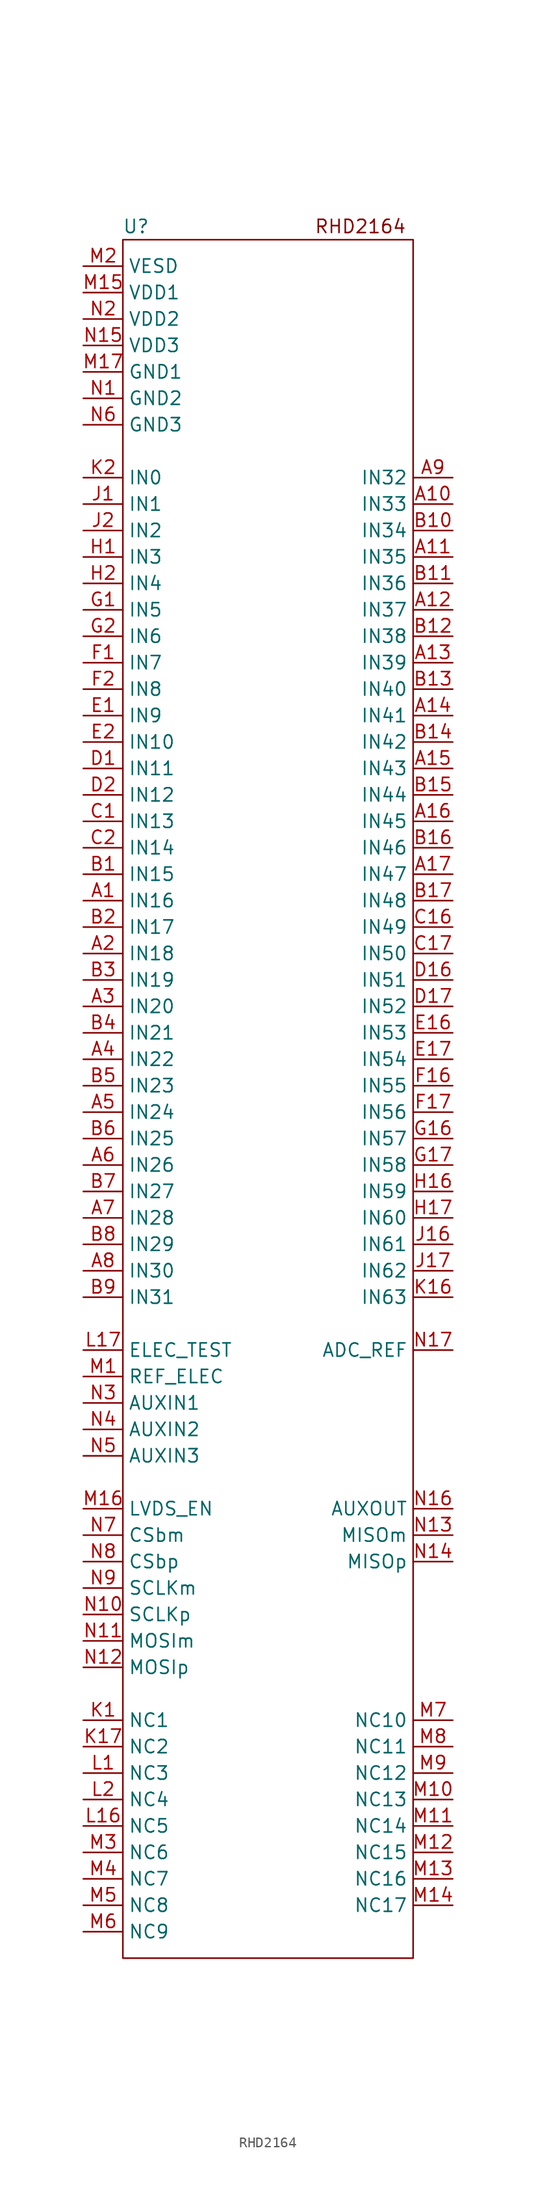
<source format=kicad_sym>
(kicad_symbol_lib
  (version 20231120)
  (generator "kicad_symbol_editor")
  (generator_version "8.0")
  (symbol "RHD2164"
    (property "Reference" "U"
      (at -12.7 82.55 0)
      (effects (font (size 1.27 1.27))))
    (property "Value" ""
      (at -17.78 58.42 0)
      (effects (font (size 1.27 1.27))))
    (symbol "RHD2164_0_1"
      (rectangle (start -13.97 81.28) (end 13.97 -83.82) (stroke (width 0) (type default)) (fill (type none))))
    (symbol "RHD2164_1_1"
      (text "RHD2164" (at 8.89 82.55 0) (effects (font (size 1.27 1.27))))
      (pin input line (at -17.78 17.78 0) (length 3.81) (name "IN16" (effects (font (size 1.27 1.27)))) (number "A1" (effects (font (size 1.27 1.27)))))
      (pin input line (at 17.78 55.88 180) (length 3.81) (name "IN33" (effects (font (size 1.27 1.27)))) (number "A10" (effects (font (size 1.27 1.27)))))
      (pin input line (at 17.78 50.8 180) (length 3.81) (name "IN35" (effects (font (size 1.27 1.27)))) (number "A11" (effects (font (size 1.27 1.27)))))
      (pin input line (at 17.78 45.72 180) (length 3.81) (name "IN37" (effects (font (size 1.27 1.27)))) (number "A12" (effects (font (size 1.27 1.27)))))
      (pin input line (at 17.78 40.64 180) (length 3.81) (name "IN39" (effects (font (size 1.27 1.27)))) (number "A13" (effects (font (size 1.27 1.27)))))
      (pin input line (at 17.78 35.56 180) (length 3.81) (name "IN41" (effects (font (size 1.27 1.27)))) (number "A14" (effects (font (size 1.27 1.27)))))
      (pin input line (at 17.78 30.48 180) (length 3.81) (name "IN43" (effects (font (size 1.27 1.27)))) (number "A15" (effects (font (size 1.27 1.27)))))
      (pin input line (at 17.78 25.4 180) (length 3.81) (name "IN45" (effects (font (size 1.27 1.27)))) (number "A16" (effects (font (size 1.27 1.27)))))
      (pin input line (at 17.78 20.32 180) (length 3.81) (name "IN47" (effects (font (size 1.27 1.27)))) (number "A17" (effects (font (size 1.27 1.27)))))
      (pin input line (at -17.78 12.7 0) (length 3.81) (name "IN18" (effects (font (size 1.27 1.27)))) (number "A2" (effects (font (size 1.27 1.27)))))
      (pin input line (at -17.78 7.62 0) (length 3.81) (name "IN20" (effects (font (size 1.27 1.27)))) (number "A3" (effects (font (size 1.27 1.27)))))
      (pin input line (at -17.78 2.54 0) (length 3.81) (name "IN22" (effects (font (size 1.27 1.27)))) (number "A4" (effects (font (size 1.27 1.27)))))
      (pin input line (at -17.78 -2.54 0) (length 3.81) (name "IN24" (effects (font (size 1.27 1.27)))) (number "A5" (effects (font (size 1.27 1.27)))))
      (pin input line (at -17.78 -7.62 0) (length 3.81) (name "IN26" (effects (font (size 1.27 1.27)))) (number "A6" (effects (font (size 1.27 1.27)))))
      (pin input line (at -17.78 -12.7 0) (length 3.81) (name "IN28" (effects (font (size 1.27 1.27)))) (number "A7" (effects (font (size 1.27 1.27)))))
      (pin input line (at -17.78 -17.78 0) (length 3.81) (name "IN30" (effects (font (size 1.27 1.27)))) (number "A8" (effects (font (size 1.27 1.27)))))
      (pin input line (at 17.78 58.42 180) (length 3.81) (name "IN32" (effects (font (size 1.27 1.27)))) (number "A9" (effects (font (size 1.27 1.27)))))
      (pin input line (at -17.78 20.32 0) (length 3.81) (name "IN15" (effects (font (size 1.27 1.27)))) (number "B1" (effects (font (size 1.27 1.27)))))
      (pin input line (at 17.78 53.34 180) (length 3.81) (name "IN34" (effects (font (size 1.27 1.27)))) (number "B10" (effects (font (size 1.27 1.27)))))
      (pin input line (at 17.78 48.26 180) (length 3.81) (name "IN36" (effects (font (size 1.27 1.27)))) (number "B11" (effects (font (size 1.27 1.27)))))
      (pin input line (at 17.78 43.18 180) (length 3.81) (name "IN38" (effects (font (size 1.27 1.27)))) (number "B12" (effects (font (size 1.27 1.27)))))
      (pin input line (at 17.78 38.1 180) (length 3.81) (name "IN40" (effects (font (size 1.27 1.27)))) (number "B13" (effects (font (size 1.27 1.27)))))
      (pin input line (at 17.78 33.02 180) (length 3.81) (name "IN42" (effects (font (size 1.27 1.27)))) (number "B14" (effects (font (size 1.27 1.27)))))
      (pin input line (at 17.78 27.94 180) (length 3.81) (name "IN44" (effects (font (size 1.27 1.27)))) (number "B15" (effects (font (size 1.27 1.27)))))
      (pin input line (at 17.78 22.86 180) (length 3.81) (name "IN46" (effects (font (size 1.27 1.27)))) (number "B16" (effects (font (size 1.27 1.27)))))
      (pin input line (at 17.78 17.78 180) (length 3.81) (name "IN48" (effects (font (size 1.27 1.27)))) (number "B17" (effects (font (size 1.27 1.27)))))
      (pin input line (at -17.78 15.24 0) (length 3.81) (name "IN17" (effects (font (size 1.27 1.27)))) (number "B2" (effects (font (size 1.27 1.27)))))
      (pin input line (at -17.78 10.16 0) (length 3.81) (name "IN19" (effects (font (size 1.27 1.27)))) (number "B3" (effects (font (size 1.27 1.27)))))
      (pin input line (at -17.78 5.08 0) (length 3.81) (name "IN21" (effects (font (size 1.27 1.27)))) (number "B4" (effects (font (size 1.27 1.27)))))
      (pin input line (at -17.78 0 0) (length 3.81) (name "IN23" (effects (font (size 1.27 1.27)))) (number "B5" (effects (font (size 1.27 1.27)))))
      (pin input line (at -17.78 -5.08 0) (length 3.81) (name "IN25" (effects (font (size 1.27 1.27)))) (number "B6" (effects (font (size 1.27 1.27)))))
      (pin input line (at -17.78 -10.16 0) (length 3.81) (name "IN27" (effects (font (size 1.27 1.27)))) (number "B7" (effects (font (size 1.27 1.27)))))
      (pin input line (at -17.78 -15.24 0) (length 3.81) (name "IN29" (effects (font (size 1.27 1.27)))) (number "B8" (effects (font (size 1.27 1.27)))))
      (pin input line (at -17.78 -20.32 0) (length 3.81) (name "IN31" (effects (font (size 1.27 1.27)))) (number "B9" (effects (font (size 1.27 1.27)))))
      (pin input line (at -17.78 25.4 0) (length 3.81) (name "IN13" (effects (font (size 1.27 1.27)))) (number "C1" (effects (font (size 1.27 1.27)))))
      (pin input line (at 17.78 15.24 180) (length 3.81) (name "IN49" (effects (font (size 1.27 1.27)))) (number "C16" (effects (font (size 1.27 1.27)))))
      (pin input line (at 17.78 12.7 180) (length 3.81) (name "IN50" (effects (font (size 1.27 1.27)))) (number "C17" (effects (font (size 1.27 1.27)))))
      (pin input line (at -17.78 22.86 0) (length 3.81) (name "IN14" (effects (font (size 1.27 1.27)))) (number "C2" (effects (font (size 1.27 1.27)))))
      (pin input line (at -17.78 30.48 0) (length 3.81) (name "IN11" (effects (font (size 1.27 1.27)))) (number "D1" (effects (font (size 1.27 1.27)))))
      (pin input line (at 17.78 10.16 180) (length 3.81) (name "IN51" (effects (font (size 1.27 1.27)))) (number "D16" (effects (font (size 1.27 1.27)))))
      (pin input line (at 17.78 7.62 180) (length 3.81) (name "IN52" (effects (font (size 1.27 1.27)))) (number "D17" (effects (font (size 1.27 1.27)))))
      (pin input line (at -17.78 27.94 0) (length 3.81) (name "IN12" (effects (font (size 1.27 1.27)))) (number "D2" (effects (font (size 1.27 1.27)))))
      (pin input line (at -17.78 35.56 0) (length 3.81) (name "IN9" (effects (font (size 1.27 1.27)))) (number "E1" (effects (font (size 1.27 1.27)))))
      (pin input line (at 17.78 5.08 180) (length 3.81) (name "IN53" (effects (font (size 1.27 1.27)))) (number "E16" (effects (font (size 1.27 1.27)))))
      (pin input line (at 17.78 2.54 180) (length 3.81) (name "IN54" (effects (font (size 1.27 1.27)))) (number "E17" (effects (font (size 1.27 1.27)))))
      (pin input line (at -17.78 33.02 0) (length 3.81) (name "IN10" (effects (font (size 1.27 1.27)))) (number "E2" (effects (font (size 1.27 1.27)))))
      (pin input line (at -17.78 40.64 0) (length 3.81) (name "IN7" (effects (font (size 1.27 1.27)))) (number "F1" (effects (font (size 1.27 1.27)))))
      (pin input line (at 17.78 0 180) (length 3.81) (name "IN55" (effects (font (size 1.27 1.27)))) (number "F16" (effects (font (size 1.27 1.27)))))
      (pin input line (at 17.78 -2.54 180) (length 3.81) (name "IN56" (effects (font (size 1.27 1.27)))) (number "F17" (effects (font (size 1.27 1.27)))))
      (pin input line (at -17.78 38.1 0) (length 3.81) (name "IN8" (effects (font (size 1.27 1.27)))) (number "F2" (effects (font (size 1.27 1.27)))))
      (pin input line (at -17.78 45.72 0) (length 3.81) (name "IN5" (effects (font (size 1.27 1.27)))) (number "G1" (effects (font (size 1.27 1.27)))))
      (pin input line (at 17.78 -5.08 180) (length 3.81) (name "IN57" (effects (font (size 1.27 1.27)))) (number "G16" (effects (font (size 1.27 1.27)))))
      (pin input line (at 17.78 -7.62 180) (length 3.81) (name "IN58" (effects (font (size 1.27 1.27)))) (number "G17" (effects (font (size 1.27 1.27)))))
      (pin input line (at -17.78 43.18 0) (length 3.81) (name "IN6" (effects (font (size 1.27 1.27)))) (number "G2" (effects (font (size 1.27 1.27)))))
      (pin input line (at -17.78 50.8 0) (length 3.81) (name "IN3" (effects (font (size 1.27 1.27)))) (number "H1" (effects (font (size 1.27 1.27)))))
      (pin input line (at 17.78 -10.16 180) (length 3.81) (name "IN59" (effects (font (size 1.27 1.27)))) (number "H16" (effects (font (size 1.27 1.27)))))
      (pin input line (at 17.78 -12.7 180) (length 3.81) (name "IN60" (effects (font (size 1.27 1.27)))) (number "H17" (effects (font (size 1.27 1.27)))))
      (pin input line (at -17.78 48.26 0) (length 3.81) (name "IN4" (effects (font (size 1.27 1.27)))) (number "H2" (effects (font (size 1.27 1.27)))))
      (pin input line (at -17.78 55.88 0) (length 3.81) (name "IN1" (effects (font (size 1.27 1.27)))) (number "J1" (effects (font (size 1.27 1.27)))))
      (pin input line (at 17.78 -15.24 180) (length 3.81) (name "IN61" (effects (font (size 1.27 1.27)))) (number "J16" (effects (font (size 1.27 1.27)))))
      (pin input line (at 17.78 -17.78 180) (length 3.81) (name "IN62" (effects (font (size 1.27 1.27)))) (number "J17" (effects (font (size 1.27 1.27)))))
      (pin input line (at -17.78 53.34 0) (length 3.81) (name "IN2" (effects (font (size 1.27 1.27)))) (number "J2" (effects (font (size 1.27 1.27)))))
      (pin passive line (at -17.78 -60.96 0) (length 3.81) (name "NC1" (effects (font (size 1.27 1.27)))) (number "K1" (effects (font (size 1.27 1.27)))))
      (pin input line (at 17.78 -20.32 180) (length 3.81) (name "IN63" (effects (font (size 1.27 1.27)))) (number "K16" (effects (font (size 1.27 1.27)))))
      (pin passive line (at -17.78 -63.5 0) (length 3.81) (name "NC2" (effects (font (size 1.27 1.27)))) (number "K17" (effects (font (size 1.27 1.27)))))
      (pin input line (at -17.78 58.42 0) (length 3.81) (name "IN0" (effects (font (size 1.27 1.27)))) (number "K2" (effects (font (size 1.27 1.27)))))
      (pin passive line (at -17.78 -66.04 0) (length 3.81) (name "NC3" (effects (font (size 1.27 1.27)))) (number "L1" (effects (font (size 1.27 1.27)))))
      (pin passive line (at -17.78 -71.12 0) (length 3.81) (name "NC5" (effects (font (size 1.27 1.27)))) (number "L16" (effects (font (size 1.27 1.27)))))
      (pin input line (at -17.78 -25.4 0) (length 3.81) (name "ELEC_TEST" (effects (font (size 1.27 1.27)))) (number "L17" (effects (font (size 1.27 1.27)))))
      (pin passive line (at -17.78 -68.58 0) (length 3.81) (name "NC4" (effects (font (size 1.27 1.27)))) (number "L2" (effects (font (size 1.27 1.27)))))
      (pin input line (at -17.78 -27.94 0) (length 3.81) (name "REF_ELEC" (effects (font (size 1.27 1.27)))) (number "M1" (effects (font (size 1.27 1.27)))))
      (pin passive line (at 17.78 -68.58 180) (length 3.81) (name "NC13" (effects (font (size 1.27 1.27)))) (number "M10" (effects (font (size 1.27 1.27)))))
      (pin passive line (at 17.78 -71.12 180) (length 3.81) (name "NC14" (effects (font (size 1.27 1.27)))) (number "M11" (effects (font (size 1.27 1.27)))))
      (pin passive line (at 17.78 -73.66 180) (length 3.81) (name "NC15" (effects (font (size 1.27 1.27)))) (number "M12" (effects (font (size 1.27 1.27)))))
      (pin passive line (at 17.78 -76.2 180) (length 3.81) (name "NC16" (effects (font (size 1.27 1.27)))) (number "M13" (effects (font (size 1.27 1.27)))))
      (pin passive line (at 17.78 -78.74 180) (length 3.81) (name "NC17" (effects (font (size 1.27 1.27)))) (number "M14" (effects (font (size 1.27 1.27)))))
      (pin power_in line (at -17.78 76.2 0) (length 3.81) (name "VDD1" (effects (font (size 1.27 1.27)))) (number "M15" (effects (font (size 1.27 1.27)))))
      (pin input line (at -17.78 -40.64 0) (length 3.81) (name "LVDS_EN" (effects (font (size 1.27 1.27)))) (number "M16" (effects (font (size 1.27 1.27)))))
      (pin power_in line (at -17.78 68.58 0) (length 3.81) (name "GND1" (effects (font (size 1.27 1.27)))) (number "M17" (effects (font (size 1.27 1.27)))))
      (pin power_in line (at -17.78 78.74 0) (length 3.81) (name "VESD" (effects (font (size 1.27 1.27)))) (number "M2" (effects (font (size 1.27 1.27)))))
      (pin passive line (at -17.78 -73.66 0) (length 3.81) (name "NC6" (effects (font (size 1.27 1.27)))) (number "M3" (effects (font (size 1.27 1.27)))))
      (pin passive line (at -17.78 -76.2 0) (length 3.81) (name "NC7" (effects (font (size 1.27 1.27)))) (number "M4" (effects (font (size 1.27 1.27)))))
      (pin passive line (at -17.78 -78.74 0) (length 3.81) (name "NC8" (effects (font (size 1.27 1.27)))) (number "M5" (effects (font (size 1.27 1.27)))))
      (pin passive line (at -17.78 -81.28 0) (length 3.81) (name "NC9" (effects (font (size 1.27 1.27)))) (number "M6" (effects (font (size 1.27 1.27)))))
      (pin passive line (at 17.78 -60.96 180) (length 3.81) (name "NC10" (effects (font (size 1.27 1.27)))) (number "M7" (effects (font (size 1.27 1.27)))))
      (pin passive line (at 17.78 -63.5 180) (length 3.81) (name "NC11" (effects (font (size 1.27 1.27)))) (number "M8" (effects (font (size 1.27 1.27)))))
      (pin passive line (at 17.78 -66.04 180) (length 3.81) (name "NC12" (effects (font (size 1.27 1.27)))) (number "M9" (effects (font (size 1.27 1.27)))))
      (pin power_in line (at -17.78 66.04 0) (length 3.81) (name "GND2" (effects (font (size 1.27 1.27)))) (number "N1" (effects (font (size 1.27 1.27)))))
      (pin input line (at -17.78 -50.8 0) (length 3.81) (name "SCLKp" (effects (font (size 1.27 1.27)))) (number "N10" (effects (font (size 1.27 1.27)))))
      (pin input line (at -17.78 -53.34 0) (length 3.81) (name "MOSIm" (effects (font (size 1.27 1.27)))) (number "N11" (effects (font (size 1.27 1.27)))))
      (pin input line (at -17.78 -55.88 0) (length 3.81) (name "MOSIp" (effects (font (size 1.27 1.27)))) (number "N12" (effects (font (size 1.27 1.27)))))
      (pin output line (at 17.78 -43.18 180) (length 3.81) (name "MISOm" (effects (font (size 1.27 1.27)))) (number "N13" (effects (font (size 1.27 1.27)))))
      (pin output line (at 17.78 -45.72 180) (length 3.81) (name "MISOp" (effects (font (size 1.27 1.27)))) (number "N14" (effects (font (size 1.27 1.27)))))
      (pin power_in line (at -17.78 71.12 0) (length 3.81) (name "VDD3" (effects (font (size 1.27 1.27)))) (number "N15" (effects (font (size 1.27 1.27)))))
      (pin output line (at 17.78 -40.64 180) (length 3.81) (name "AUXOUT" (effects (font (size 1.27 1.27)))) (number "N16" (effects (font (size 1.27 1.27)))))
      (pin output line (at 17.78 -25.4 180) (length 3.81) (name "ADC_REF" (effects (font (size 1.27 1.27)))) (number "N17" (effects (font (size 1.27 1.27)))))
      (pin power_in line (at -17.78 73.66 0) (length 3.81) (name "VDD2" (effects (font (size 1.27 1.27)))) (number "N2" (effects (font (size 1.27 1.27)))))
      (pin input line (at -17.78 -30.48 0) (length 3.81) (name "AUXIN1" (effects (font (size 1.27 1.27)))) (number "N3" (effects (font (size 1.27 1.27)))))
      (pin input line (at -17.78 -33.02 0) (length 3.81) (name "AUXIN2" (effects (font (size 1.27 1.27)))) (number "N4" (effects (font (size 1.27 1.27)))))
      (pin input line (at -17.78 -35.56 0) (length 3.81) (name "AUXIN3" (effects (font (size 1.27 1.27)))) (number "N5" (effects (font (size 1.27 1.27)))))
      (pin power_in line (at -17.78 63.5 0) (length 3.81) (name "GND3" (effects (font (size 1.27 1.27)))) (number "N6" (effects (font (size 1.27 1.27)))))
      (pin input line (at -17.78 -43.18 0) (length 3.81) (name "CSbm" (effects (font (size 1.27 1.27)))) (number "N7" (effects (font (size 1.27 1.27)))))
      (pin input line (at -17.78 -45.72 0) (length 3.81) (name "CSbp" (effects (font (size 1.27 1.27)))) (number "N8" (effects (font (size 1.27 1.27)))))
      (pin input line (at -17.78 -48.26 0) (length 3.81) (name "SCLKm" (effects (font (size 1.27 1.27)))) (number "N9" (effects (font (size 1.27 1.27))))))))
</source>
